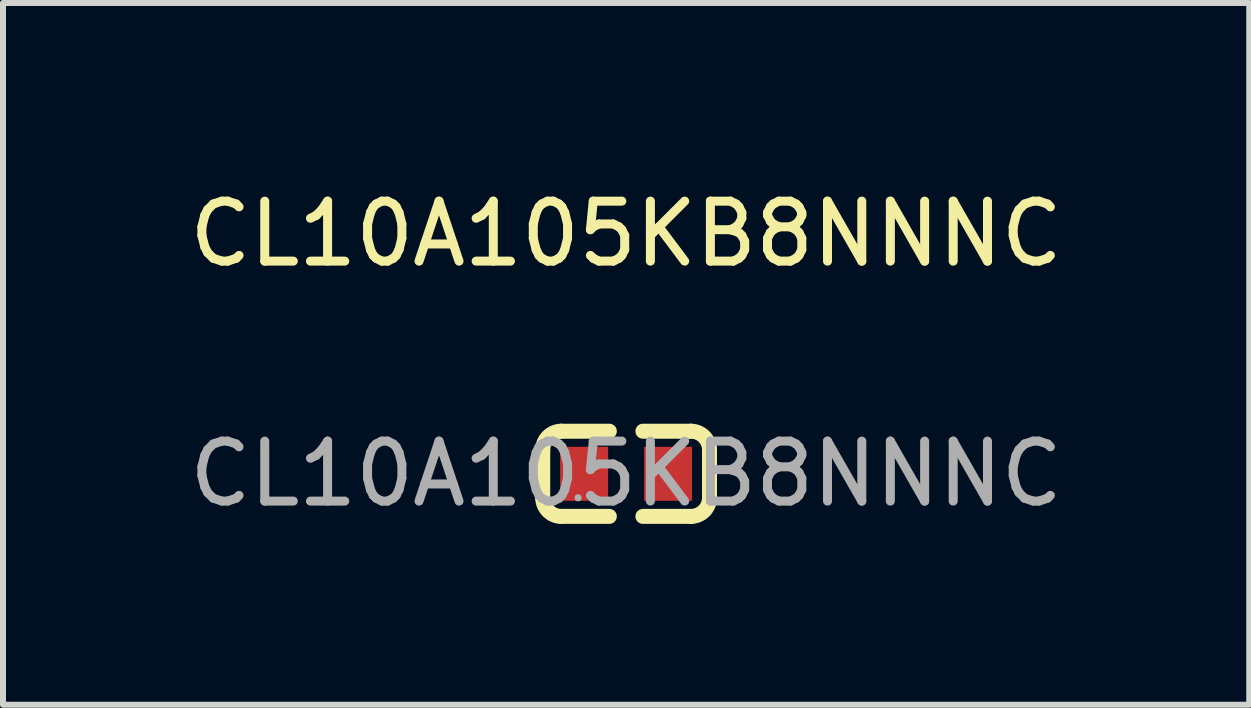
<source format=kicad_pcb>
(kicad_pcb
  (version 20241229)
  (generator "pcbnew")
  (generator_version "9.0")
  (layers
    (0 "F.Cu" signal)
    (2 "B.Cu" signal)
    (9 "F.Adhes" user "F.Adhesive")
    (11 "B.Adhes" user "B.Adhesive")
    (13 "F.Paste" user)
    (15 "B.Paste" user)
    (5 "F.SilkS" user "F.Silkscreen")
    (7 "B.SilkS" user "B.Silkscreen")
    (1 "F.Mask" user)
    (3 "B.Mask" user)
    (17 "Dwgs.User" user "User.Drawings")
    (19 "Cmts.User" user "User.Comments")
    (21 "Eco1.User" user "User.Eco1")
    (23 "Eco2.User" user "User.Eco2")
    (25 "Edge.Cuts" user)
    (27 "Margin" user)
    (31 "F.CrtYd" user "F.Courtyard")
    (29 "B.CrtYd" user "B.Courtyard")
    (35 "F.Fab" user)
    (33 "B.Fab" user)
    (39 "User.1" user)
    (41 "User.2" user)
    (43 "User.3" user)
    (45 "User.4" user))
  (footprint "CL10A105KB8NNNC"
    (layer "F.Cu")
    (at 7.387 4.848)
    (property "Reference" "CL10A105KB8NNNC" (at 0 -4 0) (layer "F.SilkS") (effects (font (size 1 1) (thickness 0.15))))
    (attr smd)
    (fp_line (start -1.39 0.4) (end -1.39 -0.4) (stroke (width 0.25) (type solid)) (layer "F.SilkS"))
    (fp_line (start -0.28 -0.71) (end -1.08 -0.71) (stroke (width 0.25) (type solid)) (layer "F.SilkS"))
    (fp_line (start -0.28 0.71) (end -1.08 0.71) (stroke (width 0.25) (type solid)) (layer "F.SilkS"))
    (fp_line (start 0.28 -0.71) (end 1.08 -0.71) (stroke (width 0.25) (type solid)) (layer "F.SilkS"))
    (fp_line (start 0.28 0.71) (end 1.08 0.71) (stroke (width 0.25) (type solid)) (layer "F.SilkS"))
    (fp_line (start 1.39 -0.4) (end 1.39 0.4) (stroke (width 0.25) (type solid)) (layer "F.SilkS"))
    (fp_arc (start -1.39 -0.4) (mid -1.299203 -0.619203) (end -1.08 -0.71) (stroke (width 0.25) (type solid)) (layer "F.SilkS"))
    (fp_arc (start -1.08 0.71) (mid -1.299203 0.619203) (end -1.39 0.4) (stroke (width 0.25) (type solid)) (layer "F.SilkS"))
    (fp_arc (start 1.08 -0.71) (mid 1.299203 -0.619203) (end 1.39 -0.4) (stroke (width 0.25) (type solid)) (layer "F.SilkS"))
    (fp_arc (start 1.39 0.4) (mid 1.299203 0.619203) (end 1.08 0.71) (stroke (width 0.25) (type solid)) (layer "F.SilkS"))
    (fp_circle (center -0.8 0.4) (end -0.77 0.4) (stroke (width 0.06) (type solid)) (fill no) (layer "F.Fab"))
    (fp_text user "${REFERENCE}" (at 0 0 0) (layer "F.Fab") (effects (font (size 1 1) (thickness 0.15))))
    (pad "1" smd rect (at -0.7 0) (size 0.8 0.9) (layers "F.Cu" "F.Mask" "F.Paste"))
    (pad "2" smd rect (at 0.7 0) (size 0.8 0.9) (layers "F.Cu" "F.Mask" "F.Paste")))
  (gr_rect
    (start -3 -3)
    (end 17.774 8.697)
    (stroke (width 0.1) (type default))
    (fill no)
    (layer "Edge.Cuts")))
</source>
